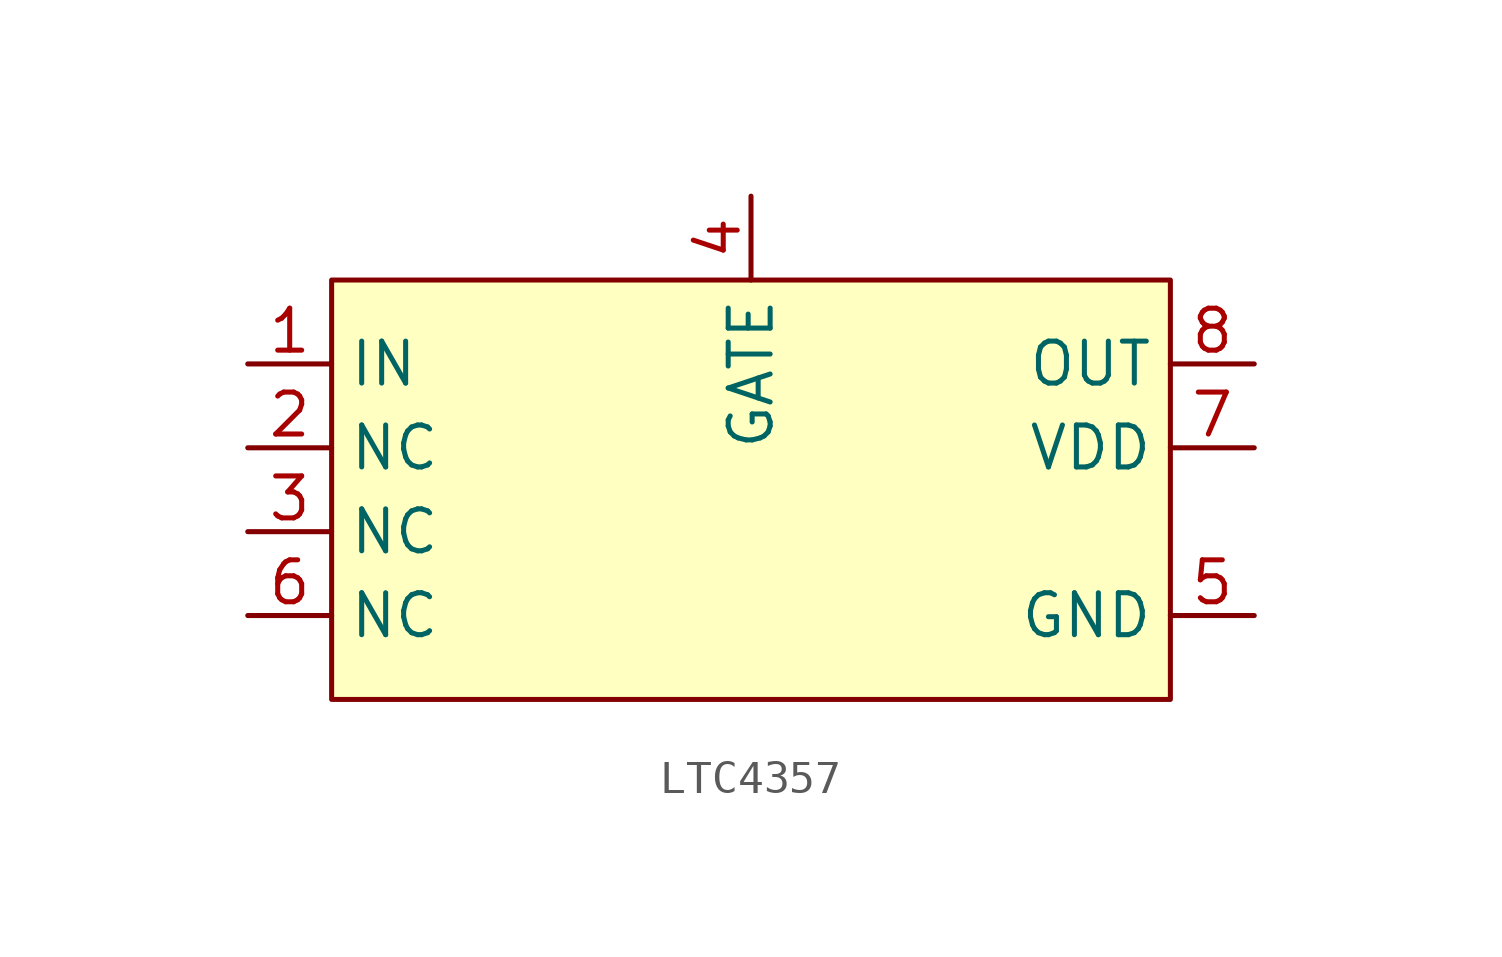
<source format=kicad_sym>
(kicad_symbol_lib
  (version 20211014)
  (generator kicad_symbol_editor)
  (symbol "LTC4357"
    (property "Reference" "U"
      (at 12.7 13.97 0)
      (effects (font (size 1.27 1.27)) hide))
    (symbol "LTC4357_0_1"
      (rectangle (start 0 0) (end 25.4 -12.7) (stroke (width 0) (type default) (color 0 0 0 0)) (fill (type background))))
    (symbol "LTC4357_1_1"
      (pin input line (at -2.54 -2.54 0) (length 2.54) (name "IN" (effects (font (size 1.27 1.27)))) (number "1" (effects (font (size 1.27 1.27)))))
      (pin input line (at -2.54 -5.08 0) (length 2.54) (name "NC" (effects (font (size 1.27 1.27)))) (number "2" (effects (font (size 1.27 1.27)))))
      (pin input line (at -2.54 -7.62 0) (length 2.54) (name "NC" (effects (font (size 1.27 1.27)))) (number "3" (effects (font (size 1.27 1.27)))))
      (pin input line (at 12.7 2.54 270) (length 2.54) (name "GATE" (effects (font (size 1.27 1.27)))) (number "4" (effects (font (size 1.27 1.27)))))
      (pin input line (at 27.94 -10.16 180) (length 2.54) (name "GND" (effects (font (size 1.27 1.27)))) (number "5" (effects (font (size 1.27 1.27)))))
      (pin input line (at -2.54 -10.16 0) (length 2.54) (name "NC" (effects (font (size 1.27 1.27)))) (number "6" (effects (font (size 1.27 1.27)))))
      (pin input line (at 27.94 -5.08 180) (length 2.54) (name "VDD" (effects (font (size 1.27 1.27)))) (number "7" (effects (font (size 1.27 1.27)))))
      (pin input line (at 27.94 -2.54 180) (length 2.54) (name "OUT" (effects (font (size 1.27 1.27)))) (number "8" (effects (font (size 1.27 1.27))))))))
</source>
